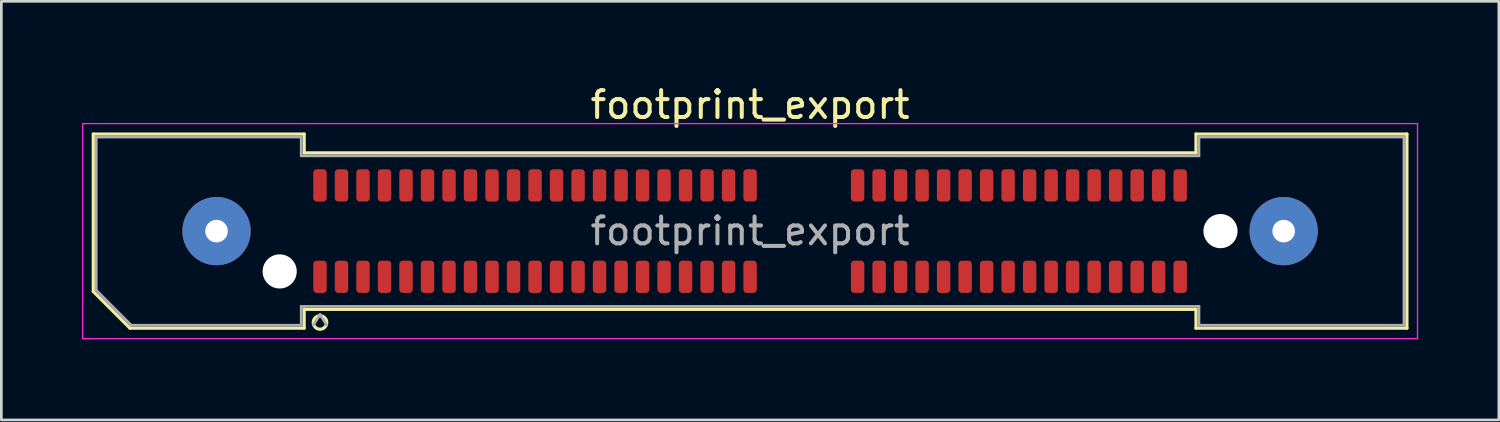
<source format=kicad_pcb>
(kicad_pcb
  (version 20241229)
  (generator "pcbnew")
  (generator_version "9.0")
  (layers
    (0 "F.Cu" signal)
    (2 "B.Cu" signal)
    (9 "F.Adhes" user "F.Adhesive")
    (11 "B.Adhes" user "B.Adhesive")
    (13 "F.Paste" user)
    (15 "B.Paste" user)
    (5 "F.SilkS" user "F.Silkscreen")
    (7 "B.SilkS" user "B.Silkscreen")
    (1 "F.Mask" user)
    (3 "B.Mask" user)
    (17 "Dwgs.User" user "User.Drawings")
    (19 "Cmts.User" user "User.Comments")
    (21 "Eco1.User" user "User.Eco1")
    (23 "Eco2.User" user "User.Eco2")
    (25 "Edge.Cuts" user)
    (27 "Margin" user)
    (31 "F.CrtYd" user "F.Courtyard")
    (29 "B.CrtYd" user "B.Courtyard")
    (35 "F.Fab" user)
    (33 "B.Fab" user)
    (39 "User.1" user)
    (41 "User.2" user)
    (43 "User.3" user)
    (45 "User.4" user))
  (footprint "footprint_export"
    (layer "F.Cu")
    (at 24.855 5.548)
    (property "Reference" "footprint_export" (at 0 -4.7 0) (layer "F.SilkS") (effects (font (size 1 1) (thickness 0.15))))
    (attr smd)
    (fp_line (start -24.435 -3.61) (end -16.59 -3.61) (stroke (width 0.12) (type solid)) (layer "F.SilkS"))
    (fp_line (start -24.435 2.246) (end -24.435 -3.61) (stroke (width 0.12) (type solid)) (layer "F.SilkS"))
    (fp_line (start -23.071 3.61) (end -24.435 2.246) (stroke (width 0.12) (type solid)) (layer "F.SilkS"))
    (fp_line (start -16.59 -3.61) (end -16.59 -2.91) (stroke (width 0.12) (type solid)) (layer "F.SilkS"))
    (fp_line (start -16.59 -2.91) (end 16.59 -2.91) (stroke (width 0.12) (type solid)) (layer "F.SilkS"))
    (fp_line (start -16.59 2.91) (end -16.59 3.61) (stroke (width 0.12) (type solid)) (layer "F.SilkS"))
    (fp_line (start -16.59 3.61) (end -23.071 3.61) (stroke (width 0.12) (type solid)) (layer "F.SilkS"))
    (fp_line (start 16.59 -3.61) (end 24.435 -3.61) (stroke (width 0.12) (type solid)) (layer "F.SilkS"))
    (fp_line (start 16.59 -2.91) (end 16.59 -3.61) (stroke (width 0.12) (type solid)) (layer "F.SilkS"))
    (fp_line (start 16.59 2.91) (end -16.59 2.91) (stroke (width 0.12) (type solid)) (layer "F.SilkS"))
    (fp_line (start 16.59 3.61) (end 16.59 2.91) (stroke (width 0.12) (type solid)) (layer "F.SilkS"))
    (fp_line (start 24.435 -3.61) (end 24.435 3.61) (stroke (width 0.12) (type solid)) (layer "F.SilkS"))
    (fp_line (start 24.435 3.61) (end 16.59 3.61) (stroke (width 0.12) (type solid)) (layer "F.SilkS"))
    (fp_circle (center -16 3.4) (end -15.75 3.4) (stroke (width 0.12) (type solid)) (fill no) (layer "F.SilkS"))
    (fp_line (start -24.83 -4) (end -24.83 4) (stroke (width 0.05) (type solid)) (layer "F.CrtYd"))
    (fp_line (start -24.83 4) (end 24.83 4) (stroke (width 0.05) (type solid)) (layer "F.CrtYd"))
    (fp_line (start 24.83 -4) (end -24.83 -4) (stroke (width 0.05) (type solid)) (layer "F.CrtYd"))
    (fp_line (start 24.83 4) (end 24.83 -4) (stroke (width 0.05) (type solid)) (layer "F.CrtYd"))
    (fp_line (start -24.325 -3.5) (end -16.7 -3.5) (stroke (width 0.1) (type solid)) (layer "F.Fab"))
    (fp_line (start -24.325 2.2) (end -24.325 -3.5) (stroke (width 0.1) (type solid)) (layer "F.Fab"))
    (fp_line (start -23.025 3.5) (end -24.325 2.2) (stroke (width 0.1) (type solid)) (layer "F.Fab"))
    (fp_line (start -16.7 -3.5) (end -16.7 -2.8) (stroke (width 0.1) (type solid)) (layer "F.Fab"))
    (fp_line (start -16.7 -2.8) (end 16.7 -2.8) (stroke (width 0.1) (type solid)) (layer "F.Fab"))
    (fp_line (start -16.7 2.8) (end -16.7 3.5) (stroke (width 0.1) (type solid)) (layer "F.Fab"))
    (fp_line (start -16.7 3.5) (end -23.025 3.5) (stroke (width 0.1) (type solid)) (layer "F.Fab"))
    (fp_line (start -16 3.1) (end -16.25 3.5) (stroke (width 0.1) (type solid)) (layer "F.Fab"))
    (fp_line (start -16 3.1) (end -15.75 3.5) (stroke (width 0.1) (type solid)) (layer "F.Fab"))
    (fp_line (start 16.7 -3.5) (end 24.325 -3.5) (stroke (width 0.1) (type solid)) (layer "F.Fab"))
    (fp_line (start 16.7 -2.8) (end 16.7 -3.5) (stroke (width 0.1) (type solid)) (layer "F.Fab"))
    (fp_line (start 16.7 2.8) (end -16.7 2.8) (stroke (width 0.1) (type solid)) (layer "F.Fab"))
    (fp_line (start 16.7 3.5) (end 16.7 2.8) (stroke (width 0.1) (type solid)) (layer "F.Fab"))
    (fp_line (start 24.325 -3.5) (end 24.325 3.5) (stroke (width 0.1) (type solid)) (layer "F.Fab"))
    (fp_line (start 24.325 3.5) (end 16.7 3.5) (stroke (width 0.1) (type solid)) (layer "F.Fab"))
    (fp_text user "${REFERENCE}" (at 0 0 0) (layer "F.Fab") (effects (font (size 1 1) (thickness 0.15))))
    (pad "" thru_hole circle (at -19.85 0) (size 2.54 2.54) (drill 0.84) (layers "*.Cu" "*.Mask" "F.Paste"))
    (pad "" np_thru_hole circle (at -17.5 1.5) (size 1.27 1.27) (drill 1.27) (layers "*.Cu" "*.Mask"))
    (pad "" np_thru_hole circle (at 17.5 0) (size 1.27 1.27) (drill 1.27) (layers "*.Cu" "*.Mask"))
    (pad "" thru_hole circle (at 19.85 0) (size 2.54 2.54) (drill 0.84) (layers "*.Cu" "*.Mask" "F.Paste"))
    (pad "1" smd roundrect (at -16 1.7) (size 0.5 1.2) (layers "F.Cu" "F.Mask" "F.Paste") (roundrect_rratio 0.25))
    (pad "2" smd roundrect (at -16 -1.7) (size 0.5 1.2) (layers "F.Cu" "F.Mask" "F.Paste") (roundrect_rratio 0.25))
    (pad "3" smd roundrect (at -15.2 1.7) (size 0.5 1.2) (layers "F.Cu" "F.Mask" "F.Paste") (roundrect_rratio 0.25))
    (pad "4" smd roundrect (at -15.2 -1.7) (size 0.5 1.2) (layers "F.Cu" "F.Mask" "F.Paste") (roundrect_rratio 0.25))
    (pad "5" smd roundrect (at -14.4 1.7) (size 0.5 1.2) (layers "F.Cu" "F.Mask" "F.Paste") (roundrect_rratio 0.25))
    (pad "6" smd roundrect (at -14.4 -1.7) (size 0.5 1.2) (layers "F.Cu" "F.Mask" "F.Paste") (roundrect_rratio 0.25))
    (pad "7" smd roundrect (at -13.6 1.7) (size 0.5 1.2) (layers "F.Cu" "F.Mask" "F.Paste") (roundrect_rratio 0.25))
    (pad "8" smd roundrect (at -13.6 -1.7) (size 0.5 1.2) (layers "F.Cu" "F.Mask" "F.Paste") (roundrect_rratio 0.25))
    (pad "9" smd roundrect (at -12.8 1.7) (size 0.5 1.2) (layers "F.Cu" "F.Mask" "F.Paste") (roundrect_rratio 0.25))
    (pad "10" smd roundrect (at -12.8 -1.7) (size 0.5 1.2) (layers "F.Cu" "F.Mask" "F.Paste") (roundrect_rratio 0.25))
    (pad "11" smd roundrect (at -12 1.7) (size 0.5 1.2) (layers "F.Cu" "F.Mask" "F.Paste") (roundrect_rratio 0.25))
    (pad "12" smd roundrect (at -12 -1.7) (size 0.5 1.2) (layers "F.Cu" "F.Mask" "F.Paste") (roundrect_rratio 0.25))
    (pad "13" smd roundrect (at -11.2 1.7) (size 0.5 1.2) (layers "F.Cu" "F.Mask" "F.Paste") (roundrect_rratio 0.25))
    (pad "14" smd roundrect (at -11.2 -1.7) (size 0.5 1.2) (layers "F.Cu" "F.Mask" "F.Paste") (roundrect_rratio 0.25))
    (pad "15" smd roundrect (at -10.4 1.7) (size 0.5 1.2) (layers "F.Cu" "F.Mask" "F.Paste") (roundrect_rratio 0.25))
    (pad "16" smd roundrect (at -10.4 -1.7) (size 0.5 1.2) (layers "F.Cu" "F.Mask" "F.Paste") (roundrect_rratio 0.25))
    (pad "17" smd roundrect (at -9.6 1.7) (size 0.5 1.2) (layers "F.Cu" "F.Mask" "F.Paste") (roundrect_rratio 0.25))
    (pad "18" smd roundrect (at -9.6 -1.7) (size 0.5 1.2) (layers "F.Cu" "F.Mask" "F.Paste") (roundrect_rratio 0.25))
    (pad "19" smd roundrect (at -8.8 1.7) (size 0.5 1.2) (layers "F.Cu" "F.Mask" "F.Paste") (roundrect_rratio 0.25))
    (pad "20" smd roundrect (at -8.8 -1.7) (size 0.5 1.2) (layers "F.Cu" "F.Mask" "F.Paste") (roundrect_rratio 0.25))
    (pad "21" smd roundrect (at -8 1.7) (size 0.5 1.2) (layers "F.Cu" "F.Mask" "F.Paste") (roundrect_rratio 0.25))
    (pad "22" smd roundrect (at -8 -1.7) (size 0.5 1.2) (layers "F.Cu" "F.Mask" "F.Paste") (roundrect_rratio 0.25))
    (pad "23" smd roundrect (at -7.2 1.7) (size 0.5 1.2) (layers "F.Cu" "F.Mask" "F.Paste") (roundrect_rratio 0.25))
    (pad "24" smd roundrect (at -7.2 -1.7) (size 0.5 1.2) (layers "F.Cu" "F.Mask" "F.Paste") (roundrect_rratio 0.25))
    (pad "25" smd roundrect (at -6.4 1.7) (size 0.5 1.2) (layers "F.Cu" "F.Mask" "F.Paste") (roundrect_rratio 0.25))
    (pad "26" smd roundrect (at -6.4 -1.7) (size 0.5 1.2) (layers "F.Cu" "F.Mask" "F.Paste") (roundrect_rratio 0.25))
    (pad "27" smd roundrect (at -5.6 1.7) (size 0.5 1.2) (layers "F.Cu" "F.Mask" "F.Paste") (roundrect_rratio 0.25))
    (pad "28" smd roundrect (at -5.6 -1.7) (size 0.5 1.2) (layers "F.Cu" "F.Mask" "F.Paste") (roundrect_rratio 0.25))
    (pad "29" smd roundrect (at -4.8 1.7) (size 0.5 1.2) (layers "F.Cu" "F.Mask" "F.Paste") (roundrect_rratio 0.25))
    (pad "30" smd roundrect (at -4.8 -1.7) (size 0.5 1.2) (layers "F.Cu" "F.Mask" "F.Paste") (roundrect_rratio 0.25))
    (pad "31" smd roundrect (at -4 1.7) (size 0.5 1.2) (layers "F.Cu" "F.Mask" "F.Paste") (roundrect_rratio 0.25))
    (pad "32" smd roundrect (at -4 -1.7) (size 0.5 1.2) (layers "F.Cu" "F.Mask" "F.Paste") (roundrect_rratio 0.25))
    (pad "33" smd roundrect (at -3.2 1.7) (size 0.5 1.2) (layers "F.Cu" "F.Mask" "F.Paste") (roundrect_rratio 0.25))
    (pad "34" smd roundrect (at -3.2 -1.7) (size 0.5 1.2) (layers "F.Cu" "F.Mask" "F.Paste") (roundrect_rratio 0.25))
    (pad "35" smd roundrect (at -2.4 1.7) (size 0.5 1.2) (layers "F.Cu" "F.Mask" "F.Paste") (roundrect_rratio 0.25))
    (pad "36" smd roundrect (at -2.4 -1.7) (size 0.5 1.2) (layers "F.Cu" "F.Mask" "F.Paste") (roundrect_rratio 0.25))
    (pad "37" smd roundrect (at -1.6 1.7) (size 0.5 1.2) (layers "F.Cu" "F.Mask" "F.Paste") (roundrect_rratio 0.25))
    (pad "38" smd roundrect (at -1.6 -1.7) (size 0.5 1.2) (layers "F.Cu" "F.Mask" "F.Paste") (roundrect_rratio 0.25))
    (pad "39" smd roundrect (at -0.8 1.7) (size 0.5 1.2) (layers "F.Cu" "F.Mask" "F.Paste") (roundrect_rratio 0.25))
    (pad "40" smd roundrect (at -0.8 -1.7) (size 0.5 1.2) (layers "F.Cu" "F.Mask" "F.Paste") (roundrect_rratio 0.25))
    (pad "41" smd roundrect (at 0 1.7) (size 0.5 1.2) (layers "F.Cu" "F.Mask" "F.Paste") (roundrect_rratio 0.25))
    (pad "42" smd roundrect (at 0 -1.7) (size 0.5 1.2) (layers "F.Cu" "F.Mask" "F.Paste") (roundrect_rratio 0.25))
    (pad "43" smd roundrect (at 4 1.7) (size 0.5 1.2) (layers "F.Cu" "F.Mask" "F.Paste") (roundrect_rratio 0.25))
    (pad "44" smd roundrect (at 4 -1.7) (size 0.5 1.2) (layers "F.Cu" "F.Mask" "F.Paste") (roundrect_rratio 0.25))
    (pad "45" smd roundrect (at 4.8 1.7) (size 0.5 1.2) (layers "F.Cu" "F.Mask" "F.Paste") (roundrect_rratio 0.25))
    (pad "46" smd roundrect (at 4.8 -1.7) (size 0.5 1.2) (layers "F.Cu" "F.Mask" "F.Paste") (roundrect_rratio 0.25))
    (pad "47" smd roundrect (at 5.6 1.7) (size 0.5 1.2) (layers "F.Cu" "F.Mask" "F.Paste") (roundrect_rratio 0.25))
    (pad "48" smd roundrect (at 5.6 -1.7) (size 0.5 1.2) (layers "F.Cu" "F.Mask" "F.Paste") (roundrect_rratio 0.25))
    (pad "49" smd roundrect (at 6.4 1.7) (size 0.5 1.2) (layers "F.Cu" "F.Mask" "F.Paste") (roundrect_rratio 0.25))
    (pad "50" smd roundrect (at 6.4 -1.7) (size 0.5 1.2) (layers "F.Cu" "F.Mask" "F.Paste") (roundrect_rratio 0.25))
    (pad "51" smd roundrect (at 7.2 1.7) (size 0.5 1.2) (layers "F.Cu" "F.Mask" "F.Paste") (roundrect_rratio 0.25))
    (pad "52" smd roundrect (at 7.2 -1.7) (size 0.5 1.2) (layers "F.Cu" "F.Mask" "F.Paste") (roundrect_rratio 0.25))
    (pad "53" smd roundrect (at 8 1.7) (size 0.5 1.2) (layers "F.Cu" "F.Mask" "F.Paste") (roundrect_rratio 0.25))
    (pad "54" smd roundrect (at 8 -1.7) (size 0.5 1.2) (layers "F.Cu" "F.Mask" "F.Paste") (roundrect_rratio 0.25))
    (pad "55" smd roundrect (at 8.8 1.7) (size 0.5 1.2) (layers "F.Cu" "F.Mask" "F.Paste") (roundrect_rratio 0.25))
    (pad "56" smd roundrect (at 8.8 -1.7) (size 0.5 1.2) (layers "F.Cu" "F.Mask" "F.Paste") (roundrect_rratio 0.25))
    (pad "57" smd roundrect (at 9.6 1.7) (size 0.5 1.2) (layers "F.Cu" "F.Mask" "F.Paste") (roundrect_rratio 0.25))
    (pad "58" smd roundrect (at 9.6 -1.7) (size 0.5 1.2) (layers "F.Cu" "F.Mask" "F.Paste") (roundrect_rratio 0.25))
    (pad "59" smd roundrect (at 10.4 1.7) (size 0.5 1.2) (layers "F.Cu" "F.Mask" "F.Paste") (roundrect_rratio 0.25))
    (pad "60" smd roundrect (at 10.4 -1.7) (size 0.5 1.2) (layers "F.Cu" "F.Mask" "F.Paste") (roundrect_rratio 0.25))
    (pad "61" smd roundrect (at 11.2 1.7) (size 0.5 1.2) (layers "F.Cu" "F.Mask" "F.Paste") (roundrect_rratio 0.25))
    (pad "62" smd roundrect (at 11.2 -1.7) (size 0.5 1.2) (layers "F.Cu" "F.Mask" "F.Paste") (roundrect_rratio 0.25))
    (pad "63" smd roundrect (at 12 1.7) (size 0.5 1.2) (layers "F.Cu" "F.Mask" "F.Paste") (roundrect_rratio 0.25))
    (pad "64" smd roundrect (at 12 -1.7) (size 0.5 1.2) (layers "F.Cu" "F.Mask" "F.Paste") (roundrect_rratio 0.25))
    (pad "65" smd roundrect (at 12.8 1.7) (size 0.5 1.2) (layers "F.Cu" "F.Mask" "F.Paste") (roundrect_rratio 0.25))
    (pad "66" smd roundrect (at 12.8 -1.7) (size 0.5 1.2) (layers "F.Cu" "F.Mask" "F.Paste") (roundrect_rratio 0.25))
    (pad "67" smd roundrect (at 13.6 1.7) (size 0.5 1.2) (layers "F.Cu" "F.Mask" "F.Paste") (roundrect_rratio 0.25))
    (pad "68" smd roundrect (at 13.6 -1.7) (size 0.5 1.2) (layers "F.Cu" "F.Mask" "F.Paste") (roundrect_rratio 0.25))
    (pad "69" smd roundrect (at 14.4 1.7) (size 0.5 1.2) (layers "F.Cu" "F.Mask" "F.Paste") (roundrect_rratio 0.25))
    (pad "70" smd roundrect (at 14.4 -1.7) (size 0.5 1.2) (layers "F.Cu" "F.Mask" "F.Paste") (roundrect_rratio 0.25))
    (pad "71" smd roundrect (at 15.2 1.7) (size 0.5 1.2) (layers "F.Cu" "F.Mask" "F.Paste") (roundrect_rratio 0.25))
    (pad "72" smd roundrect (at 15.2 -1.7) (size 0.5 1.2) (layers "F.Cu" "F.Mask" "F.Paste") (roundrect_rratio 0.25))
    (pad "73" smd roundrect (at 16 1.7) (size 0.5 1.2) (layers "F.Cu" "F.Mask" "F.Paste") (roundrect_rratio 0.25))
    (pad "74" smd roundrect (at 16 -1.7) (size 0.5 1.2) (layers "F.Cu" "F.Mask" "F.Paste") (roundrect_rratio 0.25)))
  (gr_rect
    (start -3 -3)
    (end 52.71 12.573)
    (stroke (width 0.1) (type default))
    (fill no)
    (layer "Edge.Cuts")))
</source>
